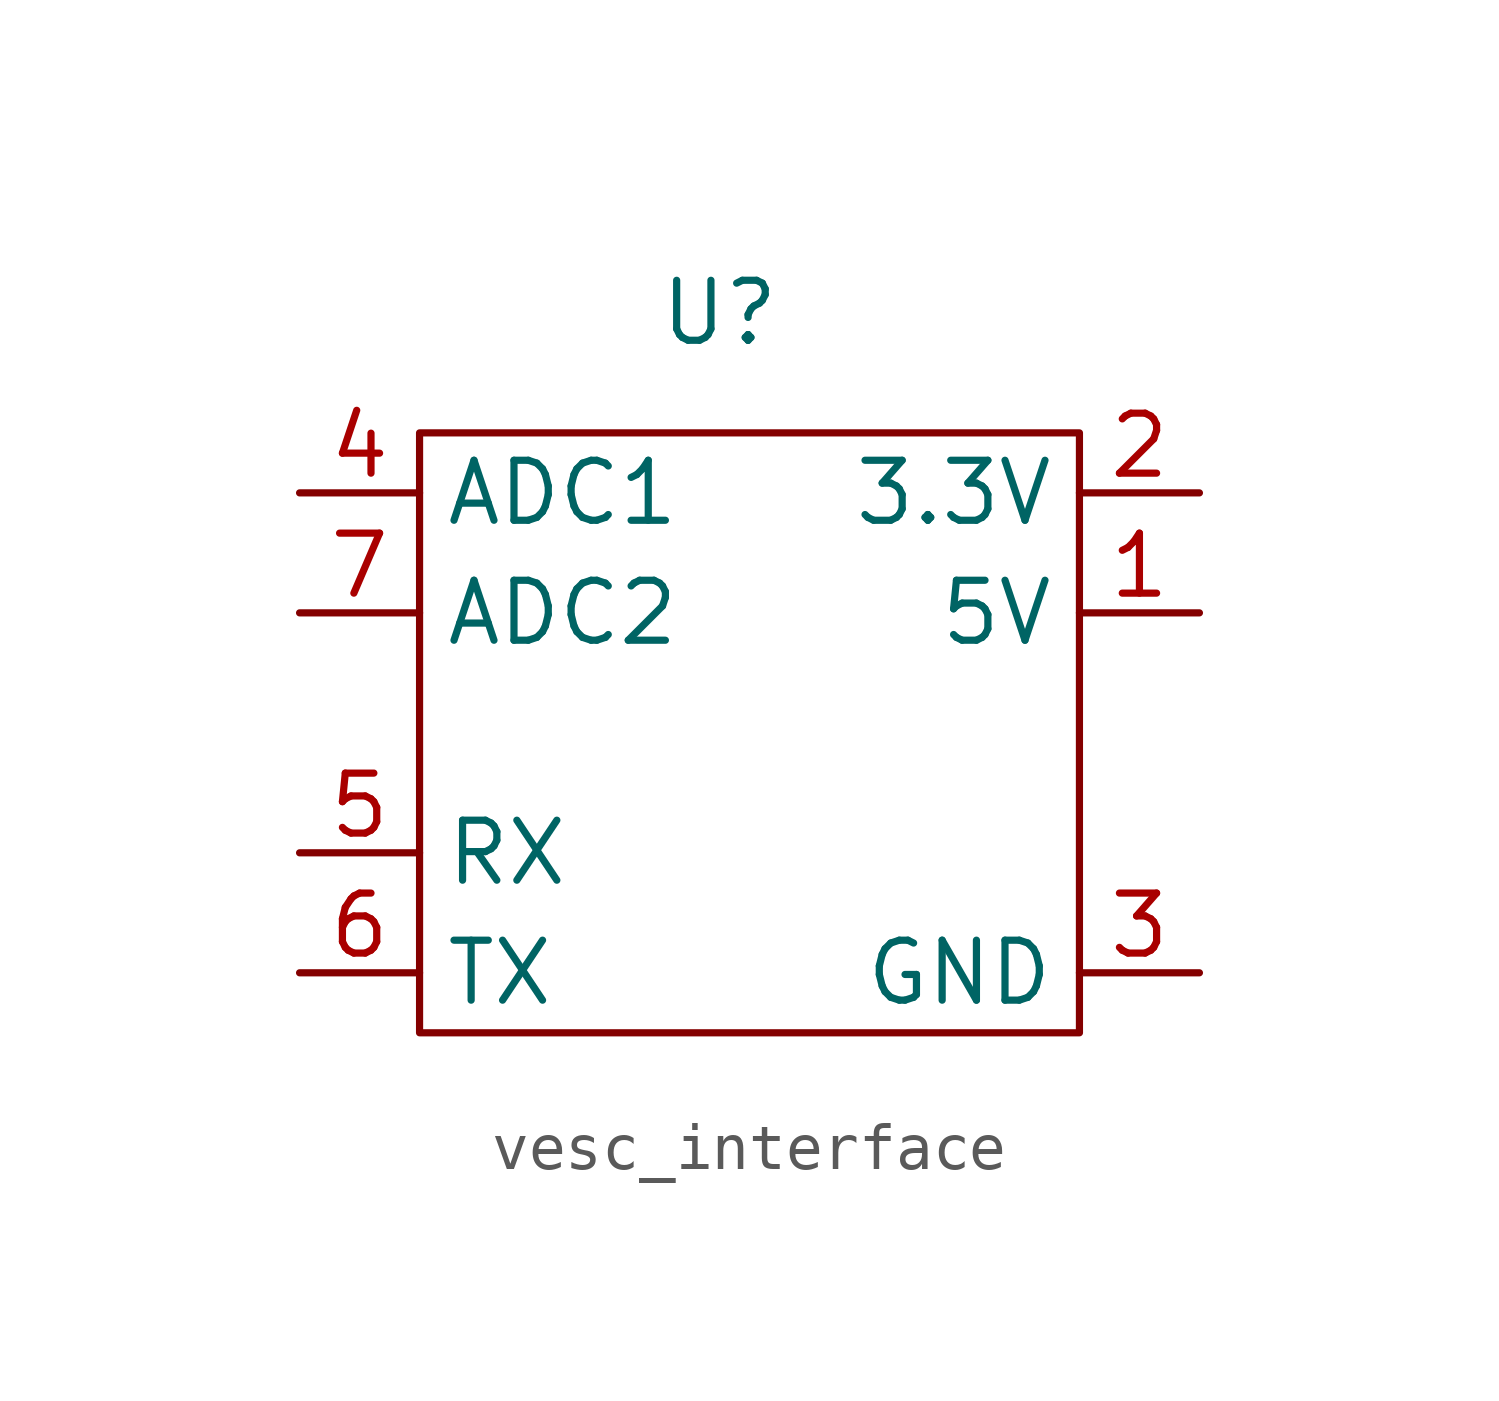
<source format=kicad_sym>
(kicad_symbol_lib
  (version 20220914)
  (generator kicad_symbol_editor)
  (symbol "vesc_interface"
    (property "Reference" "U"
      (at 8.89 1.27 0)
      (effects (font (size 1.27 1.27))))
    (property "Value" ""
      (at 0 0 0)
      (effects (font (size 1.27 1.27))))
    (symbol "vesc_interface_0_1"
      (rectangle (start 2.54 -1.27) (end 16.51 -13.97) (stroke (width 0) (type default)) (fill (type none))))
    (symbol "vesc_interface_1_1"
      (pin input line (at 19.05 -5.08 180) (length 2.54) (name "5V" (effects (font (size 1.27 1.27)))) (number "1" (effects (font (size 1.27 1.27)))))
      (pin input line (at 19.05 -2.54 180) (length 2.54) (name "3.3V" (effects (font (size 1.27 1.27)))) (number "2" (effects (font (size 1.27 1.27)))))
      (pin input line (at 19.05 -12.7 180) (length 2.54) (name "GND" (effects (font (size 1.27 1.27)))) (number "3" (effects (font (size 1.27 1.27)))))
      (pin input line (at 0 -2.54 0) (length 2.54) (name "ADC1" (effects (font (size 1.27 1.27)))) (number "4" (effects (font (size 1.27 1.27)))))
      (pin input line (at 0 -10.16 0) (length 2.54) (name "RX" (effects (font (size 1.27 1.27)))) (number "5" (effects (font (size 1.27 1.27)))))
      (pin input line (at 0 -12.7 0) (length 2.54) (name "TX" (effects (font (size 1.27 1.27)))) (number "6" (effects (font (size 1.27 1.27)))))
      (pin input line (at 0 -5.08 0) (length 2.54) (name "ADC2" (effects (font (size 1.27 1.27)))) (number "7" (effects (font (size 1.27 1.27))))))))
</source>
